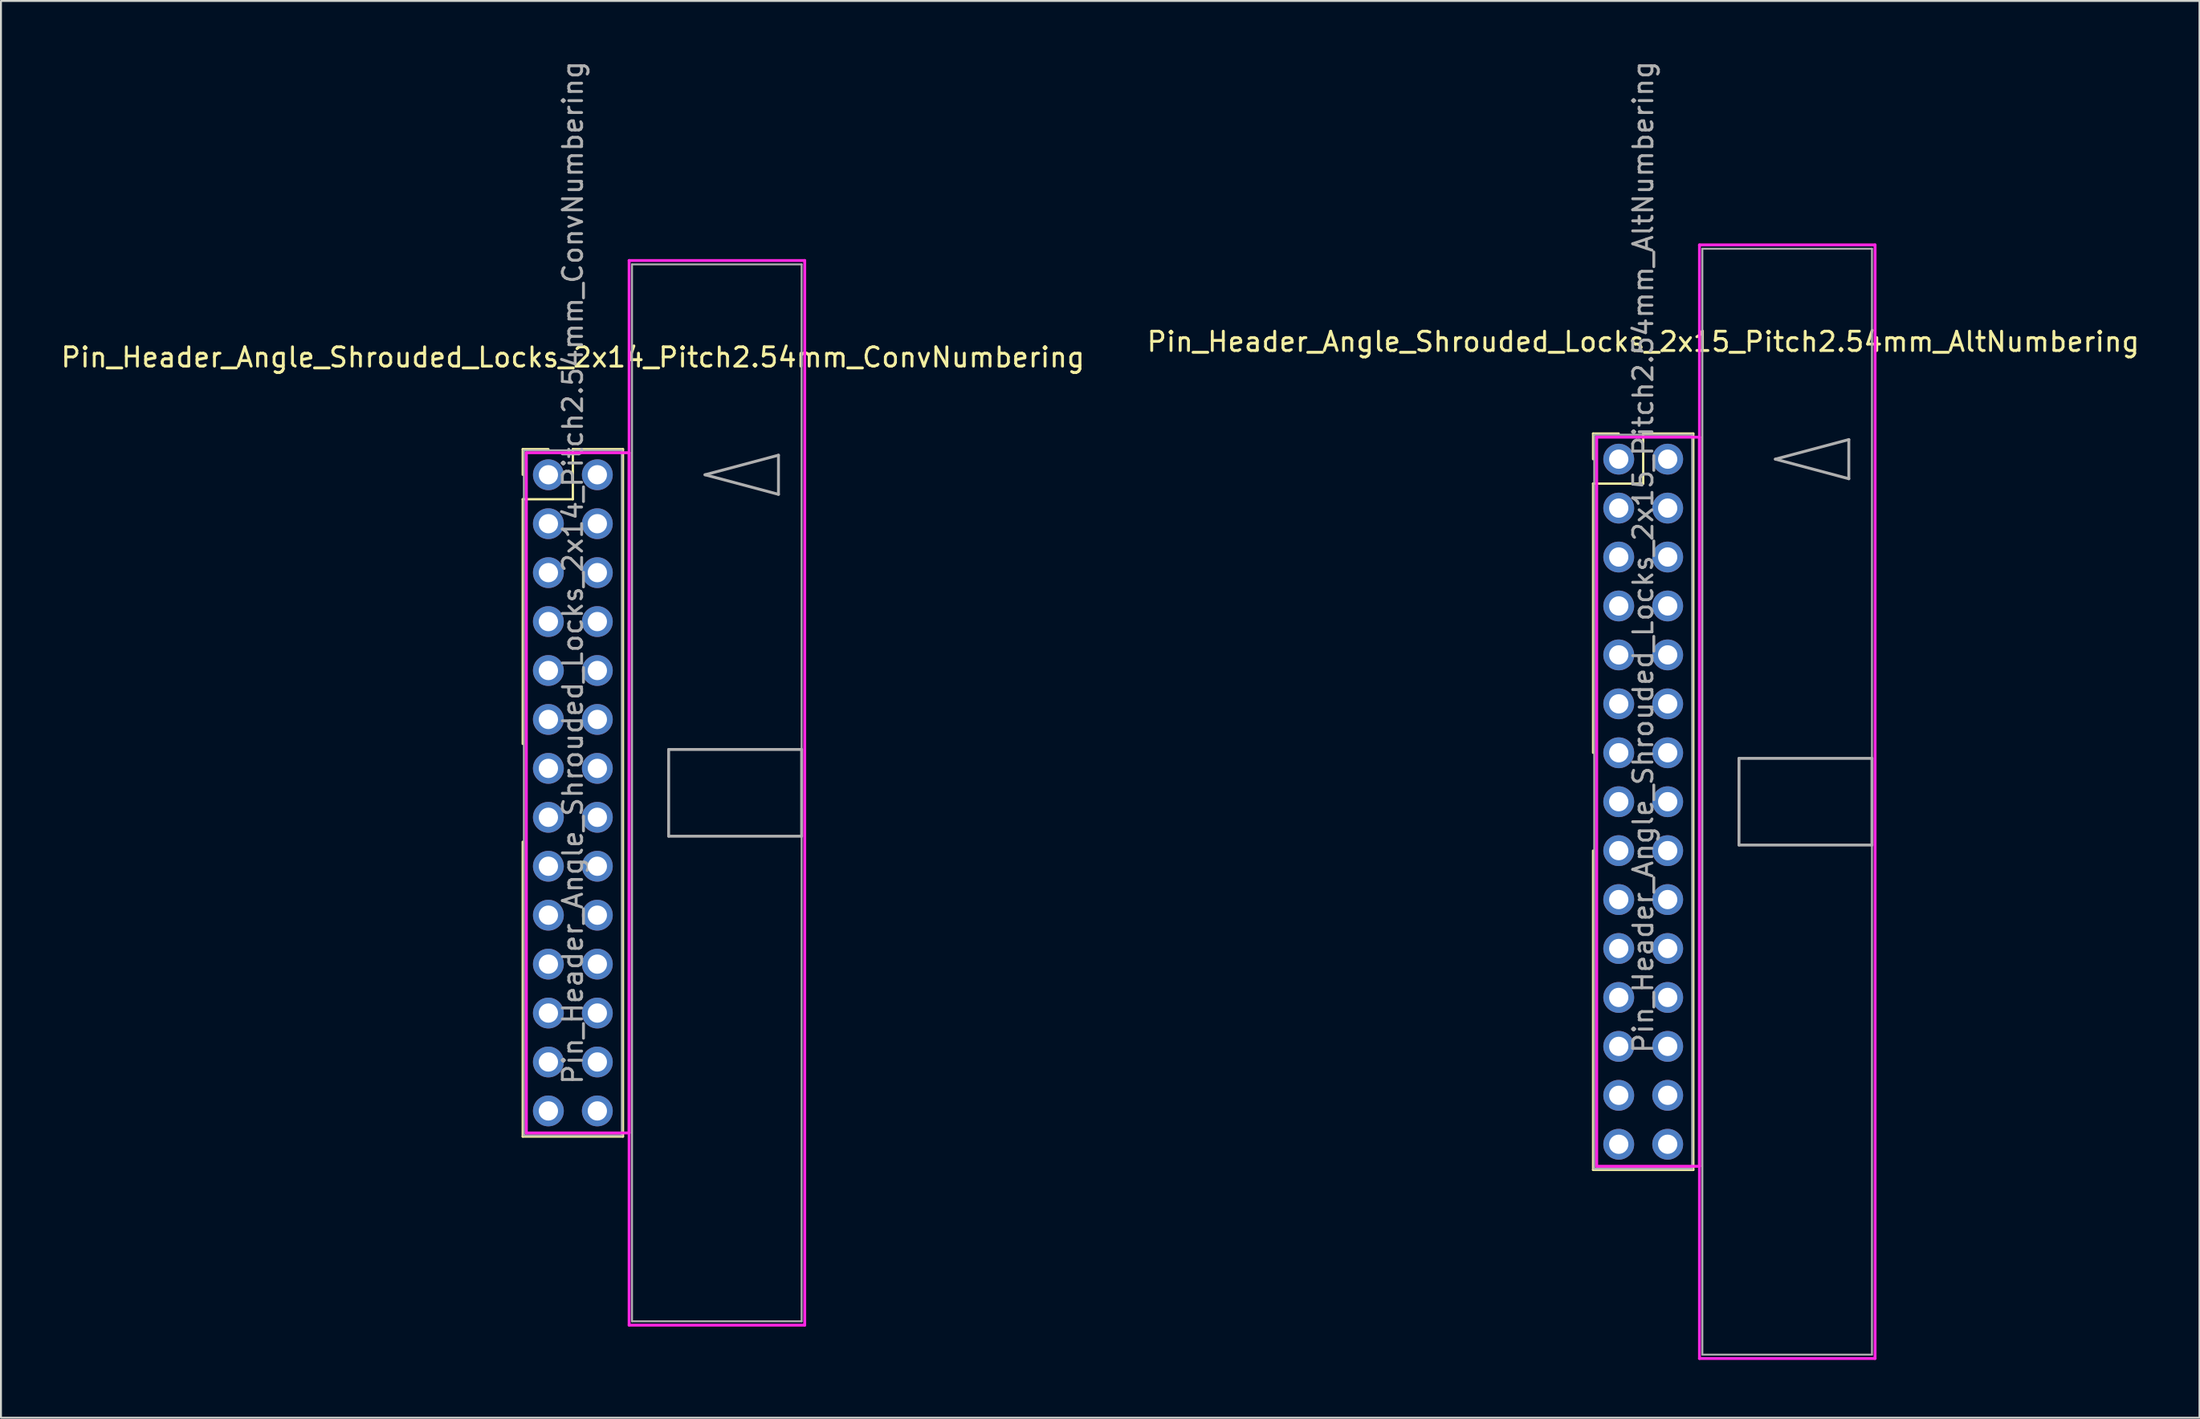
<source format=kicad_pcb>
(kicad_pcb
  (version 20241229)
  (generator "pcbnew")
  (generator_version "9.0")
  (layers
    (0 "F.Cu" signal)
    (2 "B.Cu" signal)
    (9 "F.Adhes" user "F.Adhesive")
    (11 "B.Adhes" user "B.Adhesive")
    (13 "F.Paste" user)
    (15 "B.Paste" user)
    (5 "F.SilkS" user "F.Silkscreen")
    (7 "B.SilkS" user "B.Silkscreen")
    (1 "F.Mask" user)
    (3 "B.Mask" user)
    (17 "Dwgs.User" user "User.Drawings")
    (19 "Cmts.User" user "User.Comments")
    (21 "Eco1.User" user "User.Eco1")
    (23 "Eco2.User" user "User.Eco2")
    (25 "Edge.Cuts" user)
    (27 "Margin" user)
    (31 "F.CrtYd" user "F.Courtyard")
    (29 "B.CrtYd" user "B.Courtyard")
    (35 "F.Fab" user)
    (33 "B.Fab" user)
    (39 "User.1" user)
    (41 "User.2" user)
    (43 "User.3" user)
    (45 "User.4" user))
  (footprint "Pin_Header_Angle_Shrouded_Locks_2x14_Pitch2.54mm_ConvNumbering"
    (layer "F.Cu")
    (at 25.403 21.593)
    (property "Reference" "Pin_Header_Angle_Shrouded_Locks_2x14_Pitch2.54mm_ConvNumbering" (at 1.27 -6.096 0) (layer "F.SilkS") (effects (font (size 1 1) (thickness 0.15))))
    (attr through_hole)
    (fp_line (start -1.33 -1.33) (end 0 -1.33) (stroke (width 0.12) (type solid)) (layer "F.SilkS"))
    (fp_line (start -1.33 0) (end -1.33 -1.33) (stroke (width 0.12) (type solid)) (layer "F.SilkS"))
    (fp_line (start -1.33 1.27) (end -1.33 13.97) (stroke (width 0.12) (type solid)) (layer "F.SilkS"))
    (fp_line (start -1.33 1.27) (end 1.27 1.27) (stroke (width 0.12) (type solid)) (layer "F.SilkS"))
    (fp_line (start -1.33 19.05) (end -1.33 34.35) (stroke (width 0.12) (type solid)) (layer "F.SilkS"))
    (fp_line (start -1.33 34.35) (end 3.87 34.35) (stroke (width 0.12) (type solid)) (layer "F.SilkS"))
    (fp_line (start 1.27 -1.33) (end 3.87 -1.33) (stroke (width 0.12) (type solid)) (layer "F.SilkS"))
    (fp_line (start 1.27 1.27) (end 1.27 -1.33) (stroke (width 0.12) (type solid)) (layer "F.SilkS"))
    (fp_line (start 3.87 -1.33) (end 3.87 34.35) (stroke (width 0.12) (type solid)) (layer "F.SilkS"))
    (fp_line (start -1.143 -1.143) (end -1.143 34.163) (stroke (width 0.15) (type solid)) (layer "F.CrtYd"))
    (fp_line (start -1.143 34.163) (end 4.19 34.163) (stroke (width 0.15) (type solid)) (layer "F.CrtYd"))
    (fp_line (start 4.19 -11.12) (end 4.19 44.14) (stroke (width 0.15) (type solid)) (layer "F.CrtYd"))
    (fp_line (start 4.19 -1.143) (end -1.143 -1.143) (stroke (width 0.15) (type solid)) (layer "F.CrtYd"))
    (fp_line (start 4.19 34.163) (end 4.19 -1.143) (stroke (width 0.15) (type solid)) (layer "F.CrtYd"))
    (fp_line (start 4.19 44.14) (end 13.3 44.14) (stroke (width 0.15) (type solid)) (layer "F.CrtYd"))
    (fp_line (start 13.3 -11.12) (end 4.19 -11.12) (stroke (width 0.15) (type solid)) (layer "F.CrtYd"))
    (fp_line (start 13.3 44.14) (end 13.3 -11.12) (stroke (width 0.15) (type solid)) (layer "F.CrtYd"))
    (fp_line (start -1.27 -1.27) (end -1.27 34.29) (stroke (width 0.1) (type solid)) (layer "F.Fab"))
    (fp_line (start -1.27 34.29) (end 3.81 34.29) (stroke (width 0.1) (type solid)) (layer "F.Fab"))
    (fp_line (start 3.81 -1.27) (end -1.27 -1.27) (stroke (width 0.1) (type solid)) (layer "F.Fab"))
    (fp_line (start 3.81 34.29) (end 3.81 -1.27) (stroke (width 0.1) (type solid)) (layer "F.Fab"))
    (fp_line (start 4.34 -10.92) (end 4.34 43.94) (stroke (width 0.1) (type solid)) (layer "F.Fab"))
    (fp_line (start 4.34 43.94) (end 13.14 43.94) (stroke (width 0.1) (type solid)) (layer "F.Fab"))
    (fp_line (start 6.24 14.26) (end 6.24 18.76) (stroke (width 0.15) (type solid)) (layer "F.Fab"))
    (fp_line (start 6.24 18.76) (end 13.14 18.76) (stroke (width 0.15) (type solid)) (layer "F.Fab"))
    (fp_line (start 8.128 0) (end 11.938 -1.016) (stroke (width 0.15) (type solid)) (layer "F.Fab"))
    (fp_line (start 11.938 -1.016) (end 11.938 1.016) (stroke (width 0.15) (type solid)) (layer "F.Fab"))
    (fp_line (start 11.938 1.016) (end 8.128 0) (stroke (width 0.15) (type solid)) (layer "F.Fab"))
    (fp_line (start 13.14 -10.92) (end 4.34 -10.92) (stroke (width 0.1) (type solid)) (layer "F.Fab"))
    (fp_line (start 13.14 14.26) (end 6.24 14.26) (stroke (width 0.15) (type solid)) (layer "F.Fab"))
    (fp_line (start 13.14 18.76) (end 13.14 14.26) (stroke (width 0.15) (type solid)) (layer "F.Fab"))
    (fp_line (start 13.14 43.94) (end 13.14 -10.92) (stroke (width 0.1) (type solid)) (layer "F.Fab"))
    (fp_text user "${REFERENCE}" (at 1.27 5.08 90) (layer "F.Fab") (effects (font (size 1 1) (thickness 0.15))))
    (pad "1" thru_hole oval (at 0 0) (size 1.6 1.6) (drill 1) (layers "*.Cu" "*.Mask"))
    (pad "2" thru_hole oval (at 2.54 0) (size 1.6 1.6) (drill 1) (layers "*.Cu" "*.Mask"))
    (pad "3" thru_hole oval (at 0 2.54) (size 1.6 1.6) (drill 1) (layers "*.Cu" "*.Mask"))
    (pad "4" thru_hole oval (at 2.54 2.54) (size 1.6 1.6) (drill 1) (layers "*.Cu" "*.Mask"))
    (pad "5" thru_hole oval (at 0 5.08) (size 1.6 1.6) (drill 1) (layers "*.Cu" "*.Mask"))
    (pad "6" thru_hole oval (at 2.54 5.08) (size 1.6 1.6) (drill 1) (layers "*.Cu" "*.Mask"))
    (pad "7" thru_hole oval (at 0 7.62) (size 1.6 1.6) (drill 1) (layers "*.Cu" "*.Mask"))
    (pad "8" thru_hole oval (at 2.54 7.62) (size 1.6 1.6) (drill 1) (layers "*.Cu" "*.Mask"))
    (pad "9" thru_hole oval (at 0 10.16) (size 1.6 1.6) (drill 1) (layers "*.Cu" "*.Mask"))
    (pad "10" thru_hole oval (at 2.54 10.16) (size 1.6 1.6) (drill 1) (layers "*.Cu" "*.Mask"))
    (pad "11" thru_hole oval (at 0 12.7) (size 1.6 1.6) (drill 1) (layers "*.Cu" "*.Mask"))
    (pad "12" thru_hole oval (at 2.54 12.7) (size 1.6 1.6) (drill 1) (layers "*.Cu" "*.Mask"))
    (pad "13" thru_hole oval (at 0 15.24) (size 1.6 1.6) (drill 1) (layers "*.Cu" "*.Mask"))
    (pad "14" thru_hole oval (at 2.54 15.24) (size 1.6 1.6) (drill 1) (layers "*.Cu" "*.Mask"))
    (pad "15" thru_hole oval (at 0 17.78) (size 1.6 1.6) (drill 1) (layers "*.Cu" "*.Mask"))
    (pad "16" thru_hole oval (at 2.54 17.78) (size 1.6 1.6) (drill 1) (layers "*.Cu" "*.Mask"))
    (pad "17" thru_hole oval (at 0 20.32) (size 1.6 1.6) (drill 1) (layers "*.Cu" "*.Mask"))
    (pad "18" thru_hole oval (at 2.54 20.32) (size 1.6 1.6) (drill 1) (layers "*.Cu" "*.Mask"))
    (pad "19" thru_hole oval (at 0 22.86) (size 1.6 1.6) (drill 1) (layers "*.Cu" "*.Mask"))
    (pad "20" thru_hole oval (at 2.54 22.86) (size 1.6 1.6) (drill 1) (layers "*.Cu" "*.Mask"))
    (pad "21" thru_hole oval (at 0 25.4) (size 1.6 1.6) (drill 1) (layers "*.Cu" "*.Mask"))
    (pad "22" thru_hole oval (at 2.54 25.4) (size 1.6 1.6) (drill 1) (layers "*.Cu" "*.Mask"))
    (pad "23" thru_hole oval (at 0 27.94) (size 1.6 1.6) (drill 1) (layers "*.Cu" "*.Mask"))
    (pad "24" thru_hole oval (at 2.54 27.94) (size 1.6 1.6) (drill 1) (layers "*.Cu" "*.Mask"))
    (pad "25" thru_hole oval (at 0 30.48) (size 1.6 1.6) (drill 1) (layers "*.Cu" "*.Mask"))
    (pad "26" thru_hole oval (at 2.54 30.48) (size 1.6 1.6) (drill 1) (layers "*.Cu" "*.Mask"))
    (pad "27" thru_hole oval (at 0 33.02) (size 1.6 1.6) (drill 1) (layers "*.Cu" "*.Mask"))
    (pad "28" thru_hole oval (at 2.54 33.02) (size 1.6 1.6) (drill 1) (layers "*.Cu" "*.Mask")))
  (footprint "Pin_Header_Angle_Shrouded_Locks_2x15_Pitch2.54mm_AltNumbering"
    (layer "F.Cu")
    (at 80.938 20.783)
    (property "Reference" "Pin_Header_Angle_Shrouded_Locks_2x15_Pitch2.54mm_AltNumbering" (at 1.27 -6.096 0) (layer "F.SilkS") (effects (font (size 1 1) (thickness 0.15))))
    (attr through_hole)
    (fp_line (start -1.33 -1.33) (end 0 -1.33) (stroke (width 0.12) (type solid)) (layer "F.SilkS"))
    (fp_line (start -1.33 0) (end -1.33 -1.33) (stroke (width 0.12) (type solid)) (layer "F.SilkS"))
    (fp_line (start -1.33 1.27) (end -1.33 15.24) (stroke (width 0.12) (type solid)) (layer "F.SilkS"))
    (fp_line (start -1.33 1.27) (end 1.27 1.27) (stroke (width 0.12) (type solid)) (layer "F.SilkS"))
    (fp_line (start -1.33 20.32) (end -1.33 36.89) (stroke (width 0.12) (type solid)) (layer "F.SilkS"))
    (fp_line (start -1.33 36.89) (end 3.87 36.89) (stroke (width 0.12) (type solid)) (layer "F.SilkS"))
    (fp_line (start 1.27 -1.33) (end 3.87 -1.33) (stroke (width 0.12) (type solid)) (layer "F.SilkS"))
    (fp_line (start 1.27 1.27) (end 1.27 -1.33) (stroke (width 0.12) (type solid)) (layer "F.SilkS"))
    (fp_line (start 3.87 -1.33) (end 3.87 36.89) (stroke (width 0.12) (type solid)) (layer "F.SilkS"))
    (fp_line (start -1.143 -1.143) (end -1.143 36.703) (stroke (width 0.15) (type solid)) (layer "F.CrtYd"))
    (fp_line (start -1.143 36.703) (end 4.19 36.703) (stroke (width 0.15) (type solid)) (layer "F.CrtYd"))
    (fp_line (start 4.19 -11.12) (end 4.19 46.68) (stroke (width 0.15) (type solid)) (layer "F.CrtYd"))
    (fp_line (start 4.19 -1.143) (end -1.143 -1.143) (stroke (width 0.15) (type solid)) (layer "F.CrtYd"))
    (fp_line (start 4.19 36.703) (end 4.19 -1.143) (stroke (width 0.15) (type solid)) (layer "F.CrtYd"))
    (fp_line (start 4.19 46.68) (end 13.3 46.68) (stroke (width 0.15) (type solid)) (layer "F.CrtYd"))
    (fp_line (start 13.3 -11.12) (end 4.19 -11.12) (stroke (width 0.15) (type solid)) (layer "F.CrtYd"))
    (fp_line (start 13.3 46.68) (end 13.3 -11.12) (stroke (width 0.15) (type solid)) (layer "F.CrtYd"))
    (fp_line (start -1.27 -1.27) (end -1.27 36.83) (stroke (width 0.1) (type solid)) (layer "F.Fab"))
    (fp_line (start -1.27 36.83) (end 3.81 36.83) (stroke (width 0.1) (type solid)) (layer "F.Fab"))
    (fp_line (start 3.81 -1.27) (end -1.27 -1.27) (stroke (width 0.1) (type solid)) (layer "F.Fab"))
    (fp_line (start 3.81 36.83) (end 3.81 -1.27) (stroke (width 0.1) (type solid)) (layer "F.Fab"))
    (fp_line (start 4.34 -10.92) (end 4.34 46.48) (stroke (width 0.1) (type solid)) (layer "F.Fab"))
    (fp_line (start 4.34 46.48) (end 13.14 46.48) (stroke (width 0.1) (type solid)) (layer "F.Fab"))
    (fp_line (start 6.24 15.53) (end 6.24 20.03) (stroke (width 0.15) (type solid)) (layer "F.Fab"))
    (fp_line (start 6.24 20.03) (end 13.14 20.03) (stroke (width 0.15) (type solid)) (layer "F.Fab"))
    (fp_line (start 8.128 0) (end 11.938 -1.016) (stroke (width 0.15) (type solid)) (layer "F.Fab"))
    (fp_line (start 11.938 -1.016) (end 11.938 1.016) (stroke (width 0.15) (type solid)) (layer "F.Fab"))
    (fp_line (start 11.938 1.016) (end 8.128 0) (stroke (width 0.15) (type solid)) (layer "F.Fab"))
    (fp_line (start 13.14 -10.92) (end 4.34 -10.92) (stroke (width 0.1) (type solid)) (layer "F.Fab"))
    (fp_line (start 13.14 15.53) (end 6.24 15.53) (stroke (width 0.15) (type solid)) (layer "F.Fab"))
    (fp_line (start 13.14 20.03) (end 13.14 15.53) (stroke (width 0.15) (type solid)) (layer "F.Fab"))
    (fp_line (start 13.14 46.48) (end 13.14 -10.92) (stroke (width 0.1) (type solid)) (layer "F.Fab"))
    (fp_text user "${REFERENCE}" (at 1.27 5.08 90) (layer "F.Fab") (effects (font (size 1 1) (thickness 0.15))))
    (pad "1" thru_hole oval (at 0 0) (size 1.6 1.6) (drill 1) (layers "*.Cu" "*.Mask"))
    (pad "2" thru_hole oval (at 0 2.54) (size 1.6 1.6) (drill 1) (layers "*.Cu" "*.Mask"))
    (pad "3" thru_hole oval (at 0 5.08) (size 1.6 1.6) (drill 1) (layers "*.Cu" "*.Mask"))
    (pad "4" thru_hole oval (at 0 7.62) (size 1.6 1.6) (drill 1) (layers "*.Cu" "*.Mask"))
    (pad "5" thru_hole oval (at 0 10.16) (size 1.6 1.6) (drill 1) (layers "*.Cu" "*.Mask"))
    (pad "6" thru_hole oval (at 0 12.7) (size 1.6 1.6) (drill 1) (layers "*.Cu" "*.Mask"))
    (pad "7" thru_hole oval (at 0 15.24) (size 1.6 1.6) (drill 1) (layers "*.Cu" "*.Mask"))
    (pad "8" thru_hole oval (at 0 17.78) (size 1.6 1.6) (drill 1) (layers "*.Cu" "*.Mask"))
    (pad "9" thru_hole oval (at 0 20.32) (size 1.6 1.6) (drill 1) (layers "*.Cu" "*.Mask"))
    (pad "10" thru_hole oval (at 0 22.86) (size 1.6 1.6) (drill 1) (layers "*.Cu" "*.Mask"))
    (pad "11" thru_hole oval (at 0 25.4) (size 1.6 1.6) (drill 1) (layers "*.Cu" "*.Mask"))
    (pad "12" thru_hole oval (at 0 27.94) (size 1.6 1.6) (drill 1) (layers "*.Cu" "*.Mask"))
    (pad "13" thru_hole oval (at 0 30.48) (size 1.6 1.6) (drill 1) (layers "*.Cu" "*.Mask"))
    (pad "14" thru_hole oval (at 0 33.02) (size 1.6 1.6) (drill 1) (layers "*.Cu" "*.Mask"))
    (pad "15" thru_hole oval (at 0 35.56) (size 1.6 1.6) (drill 1) (layers "*.Cu" "*.Mask"))
    (pad "16" thru_hole oval (at 2.54 0) (size 1.6 1.6) (drill 1) (layers "*.Cu" "*.Mask"))
    (pad "17" thru_hole oval (at 2.54 2.54) (size 1.6 1.6) (drill 1) (layers "*.Cu" "*.Mask"))
    (pad "18" thru_hole oval (at 2.54 5.08) (size 1.6 1.6) (drill 1) (layers "*.Cu" "*.Mask"))
    (pad "19" thru_hole oval (at 2.54 7.62) (size 1.6 1.6) (drill 1) (layers "*.Cu" "*.Mask"))
    (pad "20" thru_hole oval (at 2.54 10.16) (size 1.6 1.6) (drill 1) (layers "*.Cu" "*.Mask"))
    (pad "21" thru_hole oval (at 2.54 12.7) (size 1.6 1.6) (drill 1) (layers "*.Cu" "*.Mask"))
    (pad "22" thru_hole oval (at 2.54 15.24) (size 1.6 1.6) (drill 1) (layers "*.Cu" "*.Mask"))
    (pad "23" thru_hole oval (at 2.54 17.78) (size 1.6 1.6) (drill 1) (layers "*.Cu" "*.Mask"))
    (pad "24" thru_hole oval (at 2.54 20.32) (size 1.6 1.6) (drill 1) (layers "*.Cu" "*.Mask"))
    (pad "25" thru_hole oval (at 2.54 22.86) (size 1.6 1.6) (drill 1) (layers "*.Cu" "*.Mask"))
    (pad "26" thru_hole oval (at 2.54 25.4) (size 1.6 1.6) (drill 1) (layers "*.Cu" "*.Mask"))
    (pad "27" thru_hole oval (at 2.54 27.94) (size 1.6 1.6) (drill 1) (layers "*.Cu" "*.Mask"))
    (pad "28" thru_hole oval (at 2.54 30.48) (size 1.6 1.6) (drill 1) (layers "*.Cu" "*.Mask"))
    (pad "29" thru_hole oval (at 2.54 33.02) (size 1.6 1.6) (drill 1) (layers "*.Cu" "*.Mask"))
    (pad "30" thru_hole oval (at 2.54 35.56) (size 1.6 1.6) (drill 1) (layers "*.Cu" "*.Mask")))
  (gr_rect
    (start -3 -3)
    (end 111.071 70.538)
    (stroke (width 0.1) (type default))
    (fill no)
    (layer "Edge.Cuts")))
</source>
